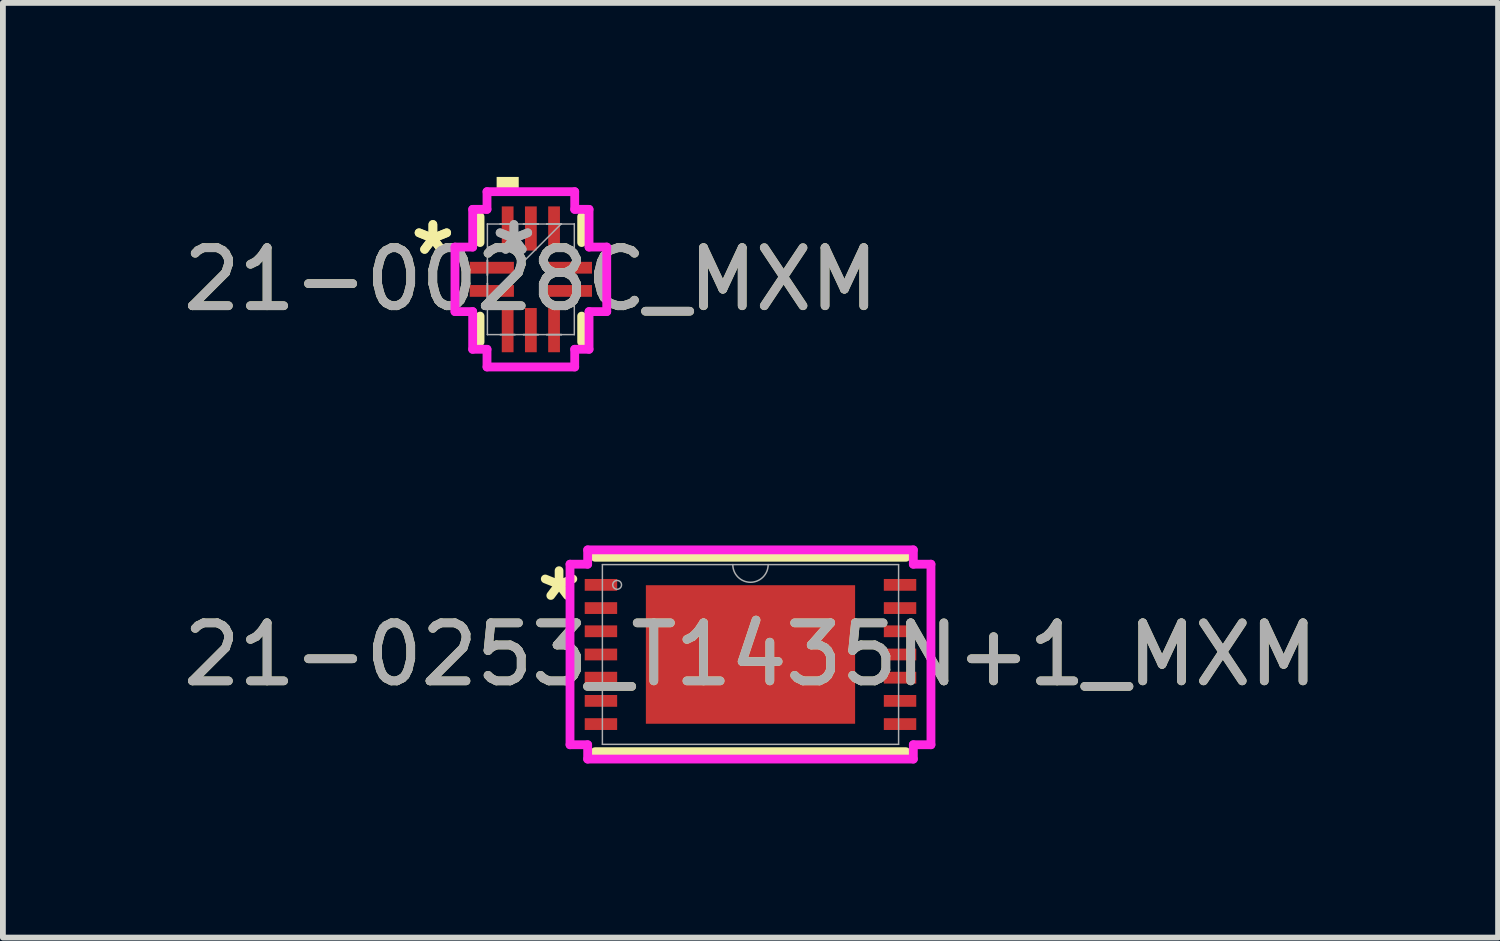
<source format=kicad_pcb>
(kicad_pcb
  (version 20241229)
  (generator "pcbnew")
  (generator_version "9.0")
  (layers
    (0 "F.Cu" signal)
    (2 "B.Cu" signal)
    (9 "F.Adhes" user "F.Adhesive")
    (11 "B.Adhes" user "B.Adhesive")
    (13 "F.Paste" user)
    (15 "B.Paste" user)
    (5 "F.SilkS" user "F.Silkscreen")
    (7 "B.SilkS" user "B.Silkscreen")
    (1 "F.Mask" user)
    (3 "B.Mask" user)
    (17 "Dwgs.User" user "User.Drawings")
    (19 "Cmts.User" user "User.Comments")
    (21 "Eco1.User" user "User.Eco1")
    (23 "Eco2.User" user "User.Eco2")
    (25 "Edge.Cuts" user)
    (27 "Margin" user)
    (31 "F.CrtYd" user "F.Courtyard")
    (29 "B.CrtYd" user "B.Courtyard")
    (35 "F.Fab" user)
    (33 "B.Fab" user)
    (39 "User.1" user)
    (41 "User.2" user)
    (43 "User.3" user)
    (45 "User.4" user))
  (footprint "21-0028C_MXM"
    (layer "F.Cu")
    (at 6.101 1.765)
    (property "Reference" "21-0028C_MXM" (at 0 0 0) (unlocked yes) (layer "F.SilkS") (effects (font (size 1 1) (thickness 0.15))))
    (attr smd)
    (fp_line (start -0.876 -1.079) (end -0.876 -0.634) (stroke (width 0.152) (type solid)) (layer "F.SilkS"))
    (fp_line (start -0.876 0.634) (end -0.876 1.079) (stroke (width 0.152) (type solid)) (layer "F.SilkS"))
    (fp_line (start 0.876 -0.634) (end 0.876 -1.079) (stroke (width 0.152) (type solid)) (layer "F.SilkS"))
    (fp_line (start 0.876 1.079) (end 0.876 0.634) (stroke (width 0.152) (type solid)) (layer "F.SilkS"))
    (fp_poly (pts (xy -0.59 -1.511) (xy -0.59 -1.765) (xy -0.209 -1.765) (xy -0.209 -1.511)) (stroke (width 0) (type solid)) (fill yes) (layer "F.SilkS"))
    (fp_line (start -1.308 -0.556) (end -1.003 -0.556) (stroke (width 0.152) (type solid)) (layer "F.CrtYd"))
    (fp_line (start -1.308 0.556) (end -1.308 -0.556) (stroke (width 0.152) (type solid)) (layer "F.CrtYd"))
    (fp_line (start -1.003 -1.206) (end -0.756 -1.206) (stroke (width 0.152) (type solid)) (layer "F.CrtYd"))
    (fp_line (start -1.003 -0.556) (end -1.003 -1.206) (stroke (width 0.152) (type solid)) (layer "F.CrtYd"))
    (fp_line (start -1.003 0.556) (end -1.308 0.556) (stroke (width 0.152) (type solid)) (layer "F.CrtYd"))
    (fp_line (start -1.003 1.206) (end -1.003 0.556) (stroke (width 0.152) (type solid)) (layer "F.CrtYd"))
    (fp_line (start -0.756 -1.511) (end 0.756 -1.511) (stroke (width 0.152) (type solid)) (layer "F.CrtYd"))
    (fp_line (start -0.756 -1.206) (end -0.756 -1.511) (stroke (width 0.152) (type solid)) (layer "F.CrtYd"))
    (fp_line (start -0.756 1.206) (end -1.003 1.206) (stroke (width 0.152) (type solid)) (layer "F.CrtYd"))
    (fp_line (start -0.756 1.511) (end -0.756 1.206) (stroke (width 0.152) (type solid)) (layer "F.CrtYd"))
    (fp_line (start 0.756 -1.511) (end 0.756 -1.206) (stroke (width 0.152) (type solid)) (layer "F.CrtYd"))
    (fp_line (start 0.756 -1.206) (end 1.003 -1.206) (stroke (width 0.152) (type solid)) (layer "F.CrtYd"))
    (fp_line (start 0.756 1.206) (end 0.756 1.511) (stroke (width 0.152) (type solid)) (layer "F.CrtYd"))
    (fp_line (start 0.756 1.511) (end -0.756 1.511) (stroke (width 0.152) (type solid)) (layer "F.CrtYd"))
    (fp_line (start 1.003 -1.206) (end 1.003 -0.556) (stroke (width 0.152) (type solid)) (layer "F.CrtYd"))
    (fp_line (start 1.003 -0.556) (end 1.308 -0.556) (stroke (width 0.152) (type solid)) (layer "F.CrtYd"))
    (fp_line (start 1.003 0.556) (end 1.003 1.206) (stroke (width 0.152) (type solid)) (layer "F.CrtYd"))
    (fp_line (start 1.003 1.206) (end 0.756 1.206) (stroke (width 0.152) (type solid)) (layer "F.CrtYd"))
    (fp_line (start 1.308 -0.556) (end 1.308 0.556) (stroke (width 0.152) (type solid)) (layer "F.CrtYd"))
    (fp_line (start 1.308 0.556) (end 1.003 0.556) (stroke (width 0.152) (type solid)) (layer "F.CrtYd"))
    (fp_line (start -0.749 -0.953) (end -0.749 -0.953) (stroke (width 0.025) (type solid)) (layer "F.Fab"))
    (fp_line (start -0.749 -0.953) (end -0.749 0.953) (stroke (width 0.025) (type solid)) (layer "F.Fab"))
    (fp_line (start -0.749 -0.327) (end -0.749 -0.327) (stroke (width 0.025) (type solid)) (layer "F.Fab"))
    (fp_line (start -0.749 -0.327) (end -0.749 -0.073) (stroke (width 0.025) (type solid)) (layer "F.Fab"))
    (fp_line (start -0.749 -0.073) (end -0.749 -0.327) (stroke (width 0.025) (type solid)) (layer "F.Fab"))
    (fp_line (start -0.749 -0.073) (end -0.749 -0.073) (stroke (width 0.025) (type solid)) (layer "F.Fab"))
    (fp_line (start -0.749 0.073) (end -0.749 0.073) (stroke (width 0.025) (type solid)) (layer "F.Fab"))
    (fp_line (start -0.749 0.073) (end -0.749 0.327) (stroke (width 0.025) (type solid)) (layer "F.Fab"))
    (fp_line (start -0.749 0.318) (end 0.521 -0.953) (stroke (width 0.025) (type solid)) (layer "F.Fab"))
    (fp_line (start -0.749 0.327) (end -0.749 0.073) (stroke (width 0.025) (type solid)) (layer "F.Fab"))
    (fp_line (start -0.749 0.327) (end -0.749 0.327) (stroke (width 0.025) (type solid)) (layer "F.Fab"))
    (fp_line (start -0.749 0.953) (end -0.749 0.953) (stroke (width 0.025) (type solid)) (layer "F.Fab"))
    (fp_line (start -0.749 0.953) (end 0.749 0.953) (stroke (width 0.025) (type solid)) (layer "F.Fab"))
    (fp_line (start -0.527 -0.953) (end -0.527 -0.953) (stroke (width 0.025) (type solid)) (layer "F.Fab"))
    (fp_line (start -0.527 -0.953) (end -0.273 -0.953) (stroke (width 0.025) (type solid)) (layer "F.Fab"))
    (fp_line (start -0.527 0.953) (end -0.527 0.953) (stroke (width 0.025) (type solid)) (layer "F.Fab"))
    (fp_line (start -0.527 0.953) (end -0.273 0.953) (stroke (width 0.025) (type solid)) (layer "F.Fab"))
    (fp_line (start -0.273 -0.953) (end -0.527 -0.953) (stroke (width 0.025) (type solid)) (layer "F.Fab"))
    (fp_line (start -0.273 -0.953) (end -0.273 -0.953) (stroke (width 0.025) (type solid)) (layer "F.Fab"))
    (fp_line (start -0.273 0.953) (end -0.527 0.953) (stroke (width 0.025) (type solid)) (layer "F.Fab"))
    (fp_line (start -0.273 0.953) (end -0.273 0.953) (stroke (width 0.025) (type solid)) (layer "F.Fab"))
    (fp_line (start -0.127 -0.953) (end -0.127 -0.953) (stroke (width 0.025) (type solid)) (layer "F.Fab"))
    (fp_line (start -0.127 -0.953) (end 0.127 -0.953) (stroke (width 0.025) (type solid)) (layer "F.Fab"))
    (fp_line (start -0.127 0.953) (end -0.127 0.953) (stroke (width 0.025) (type solid)) (layer "F.Fab"))
    (fp_line (start -0.127 0.953) (end 0.127 0.953) (stroke (width 0.025) (type solid)) (layer "F.Fab"))
    (fp_line (start 0.127 -0.953) (end -0.127 -0.953) (stroke (width 0.025) (type solid)) (layer "F.Fab"))
    (fp_line (start 0.127 -0.953) (end 0.127 -0.953) (stroke (width 0.025) (type solid)) (layer "F.Fab"))
    (fp_line (start 0.127 0.953) (end -0.127 0.953) (stroke (width 0.025) (type solid)) (layer "F.Fab"))
    (fp_line (start 0.127 0.953) (end 0.127 0.953) (stroke (width 0.025) (type solid)) (layer "F.Fab"))
    (fp_line (start 0.273 -0.953) (end 0.273 -0.953) (stroke (width 0.025) (type solid)) (layer "F.Fab"))
    (fp_line (start 0.273 -0.953) (end 0.527 -0.953) (stroke (width 0.025) (type solid)) (layer "F.Fab"))
    (fp_line (start 0.273 0.953) (end 0.273 0.953) (stroke (width 0.025) (type solid)) (layer "F.Fab"))
    (fp_line (start 0.273 0.953) (end 0.527 0.953) (stroke (width 0.025) (type solid)) (layer "F.Fab"))
    (fp_line (start 0.527 -0.953) (end 0.273 -0.953) (stroke (width 0.025) (type solid)) (layer "F.Fab"))
    (fp_line (start 0.527 -0.953) (end 0.527 -0.953) (stroke (width 0.025) (type solid)) (layer "F.Fab"))
    (fp_line (start 0.527 0.953) (end 0.273 0.953) (stroke (width 0.025) (type solid)) (layer "F.Fab"))
    (fp_line (start 0.527 0.953) (end 0.527 0.953) (stroke (width 0.025) (type solid)) (layer "F.Fab"))
    (fp_line (start 0.749 -0.953) (end -0.749 -0.953) (stroke (width 0.025) (type solid)) (layer "F.Fab"))
    (fp_line (start 0.749 -0.953) (end 0.749 -0.953) (stroke (width 0.025) (type solid)) (layer "F.Fab"))
    (fp_line (start 0.749 -0.327) (end 0.749 -0.327) (stroke (width 0.025) (type solid)) (layer "F.Fab"))
    (fp_line (start 0.749 -0.327) (end 0.749 -0.073) (stroke (width 0.025) (type solid)) (layer "F.Fab"))
    (fp_line (start 0.749 -0.073) (end 0.749 -0.327) (stroke (width 0.025) (type solid)) (layer "F.Fab"))
    (fp_line (start 0.749 -0.073) (end 0.749 -0.073) (stroke (width 0.025) (type solid)) (layer "F.Fab"))
    (fp_line (start 0.749 0.073) (end 0.749 0.073) (stroke (width 0.025) (type solid)) (layer "F.Fab"))
    (fp_line (start 0.749 0.073) (end 0.749 0.327) (stroke (width 0.025) (type solid)) (layer "F.Fab"))
    (fp_line (start 0.749 0.327) (end 0.749 0.073) (stroke (width 0.025) (type solid)) (layer "F.Fab"))
    (fp_line (start 0.749 0.327) (end 0.749 0.327) (stroke (width 0.025) (type solid)) (layer "F.Fab"))
    (fp_line (start 0.749 0.953) (end 0.749 -0.953) (stroke (width 0.025) (type solid)) (layer "F.Fab"))
    (fp_line (start 0.749 0.953) (end 0.749 0.953) (stroke (width 0.025) (type solid)) (layer "F.Fab"))
    (fp_text user "*" (at -1.689 -0.4 0) (layer "F.SilkS") (effects (font (size 1 1) (thickness 0.15))))
    (fp_text user "*" (at -1.689 -0.4 0) (unlocked yes) (layer "F.SilkS") (effects (font (size 1 1) (thickness 0.15))))
    (fp_text user "*" (at -0.292 -0.4 0) (unlocked yes) (layer "F.Fab") (effects (font (size 1 1) (thickness 0.15))))
    (fp_text user "*" (at -0.292 -0.4 0) (layer "F.Fab") (effects (font (size 1 1) (thickness 0.15))))
    (fp_text user "${REFERENCE}" (at 0 0 0) (unlocked yes) (layer "F.Fab") (effects (font (size 1 1) (thickness 0.15))))
    (pad "1" smd rect (at -0.673 -0.2 90) (size 0.203 0.762) (layers "F.Cu" "F.Mask" "F.Paste"))
    (pad "2" smd rect (at -0.673 0.2 90) (size 0.203 0.762) (layers "F.Cu" "F.Mask" "F.Paste"))
    (pad "3" smd rect (at -0.4 0.876) (size 0.203 0.762) (layers "F.Cu" "F.Mask" "F.Paste"))
    (pad "4" smd rect (at 0 0.876) (size 0.203 0.762) (layers "F.Cu" "F.Mask" "F.Paste"))
    (pad "5" smd rect (at 0.4 0.876) (size 0.203 0.762) (layers "F.Cu" "F.Mask" "F.Paste"))
    (pad "6" smd rect (at 0.673 0.2 90) (size 0.203 0.762) (layers "F.Cu" "F.Mask" "F.Paste"))
    (pad "7" smd rect (at 0.673 -0.2 90) (size 0.203 0.762) (layers "F.Cu" "F.Mask" "F.Paste"))
    (pad "8" smd rect (at 0.4 -0.876) (size 0.203 0.762) (layers "F.Cu" "F.Mask" "F.Paste"))
    (pad "9" smd rect (at 0 -0.876) (size 0.203 0.762) (layers "F.Cu" "F.Mask" "F.Paste"))
    (pad "10" smd rect (at -0.4 -0.876) (size 0.203 0.762) (layers "F.Cu" "F.Mask" "F.Paste")))
  (footprint "21-0253_T1435N+1_MXM"
    (layer "F.Cu")
    (at 9.887 8.232)
    (property "Reference" "21-0253_T1435N+1_MXM" (at 0 0 0) (unlocked yes) (layer "F.SilkS") (effects (font (size 1 1) (thickness 0.15))))
    (attr smd)
    (fp_line (start -2.68 1.676) (end 2.68 1.676) (stroke (width 0.152) (type solid)) (layer "F.SilkS"))
    (fp_line (start 2.68 -1.676) (end -2.68 -1.676) (stroke (width 0.152) (type solid)) (layer "F.SilkS"))
    (fp_line (start -3.111 -1.556) (end -2.807 -1.556) (stroke (width 0.152) (type solid)) (layer "F.CrtYd"))
    (fp_line (start -3.111 1.556) (end -3.111 -1.556) (stroke (width 0.152) (type solid)) (layer "F.CrtYd"))
    (fp_line (start -3.111 1.556) (end -2.807 1.556) (stroke (width 0.152) (type solid)) (layer "F.CrtYd"))
    (fp_line (start -2.807 -1.803) (end 2.807 -1.803) (stroke (width 0.152) (type solid)) (layer "F.CrtYd"))
    (fp_line (start -2.807 -1.556) (end -2.807 -1.803) (stroke (width 0.152) (type solid)) (layer "F.CrtYd"))
    (fp_line (start -2.807 1.803) (end -2.807 1.556) (stroke (width 0.152) (type solid)) (layer "F.CrtYd"))
    (fp_line (start 2.807 -1.803) (end 2.807 -1.556) (stroke (width 0.152) (type solid)) (layer "F.CrtYd"))
    (fp_line (start 2.807 1.556) (end 2.807 1.803) (stroke (width 0.152) (type solid)) (layer "F.CrtYd"))
    (fp_line (start 2.807 1.803) (end -2.807 1.803) (stroke (width 0.152) (type solid)) (layer "F.CrtYd"))
    (fp_line (start 3.111 -1.556) (end 2.807 -1.556) (stroke (width 0.152) (type solid)) (layer "F.CrtYd"))
    (fp_line (start 3.111 -1.556) (end 3.111 1.556) (stroke (width 0.152) (type solid)) (layer "F.CrtYd"))
    (fp_line (start 3.111 1.556) (end 2.807 1.556) (stroke (width 0.152) (type solid)) (layer "F.CrtYd"))
    (fp_line (start -2.553 -1.549) (end -2.553 1.549) (stroke (width 0.025) (type solid)) (layer "F.Fab"))
    (fp_line (start -2.553 1.549) (end 2.553 1.549) (stroke (width 0.025) (type solid)) (layer "F.Fab"))
    (fp_line (start 2.553 -1.549) (end -2.553 -1.549) (stroke (width 0.025) (type solid)) (layer "F.Fab"))
    (fp_line (start 2.553 1.549) (end 2.553 -1.549) (stroke (width 0.025) (type solid)) (layer "F.Fab"))
    (fp_arc (start 0.3048 -1.5494) (mid 0 -1.2446) (end -0.3048 -1.5494) (stroke (width 0.0254) (type solid)) (layer "F.Fab"))
    (fp_circle (center -2.299 -1.2) (end -2.223 -1.2) (stroke (width 0.025) (type solid)) (fill no) (layer "F.Fab"))
    (fp_text user "*" (at -3.3 -0.9 0) (unlocked yes) (layer "F.SilkS") (effects (font (size 1 1) (thickness 0.15))))
    (fp_text user "${REFERENCE}" (at 0 0 0) (unlocked yes) (layer "F.Fab") (effects (font (size 1 1) (thickness 0.15))))
    (pad "1" smd rect (at -2.578 -1.2) (size 0.559 0.203) (layers "F.Cu" "F.Mask" "F.Paste"))
    (pad "2" smd rect (at -2.578 -0.8) (size 0.559 0.203) (layers "F.Cu" "F.Mask" "F.Paste"))
    (pad "3" smd rect (at -2.578 -0.4) (size 0.559 0.203) (layers "F.Cu" "F.Mask" "F.Paste"))
    (pad "4" smd rect (at -2.578 0) (size 0.559 0.203) (layers "F.Cu" "F.Mask" "F.Paste"))
    (pad "5" smd rect (at -2.578 0.4) (size 0.559 0.203) (layers "F.Cu" "F.Mask" "F.Paste"))
    (pad "6" smd rect (at -2.578 0.8) (size 0.559 0.203) (layers "F.Cu" "F.Mask" "F.Paste"))
    (pad "7" smd rect (at -2.578 1.2) (size 0.559 0.203) (layers "F.Cu" "F.Mask" "F.Paste"))
    (pad "8" smd rect (at 2.578 1.2) (size 0.559 0.203) (layers "F.Cu" "F.Mask" "F.Paste"))
    (pad "9" smd rect (at 2.578 0.8) (size 0.559 0.203) (layers "F.Cu" "F.Mask" "F.Paste"))
    (pad "10" smd rect (at 2.578 0.4) (size 0.559 0.203) (layers "F.Cu" "F.Mask" "F.Paste"))
    (pad "11" smd rect (at 2.578 0) (size 0.559 0.203) (layers "F.Cu" "F.Mask" "F.Paste"))
    (pad "12" smd rect (at 2.578 -0.4) (size 0.559 0.203) (layers "F.Cu" "F.Mask" "F.Paste"))
    (pad "13" smd rect (at 2.578 -0.8) (size 0.559 0.203) (layers "F.Cu" "F.Mask" "F.Paste"))
    (pad "14" smd rect (at 2.578 -1.2) (size 0.559 0.203) (layers "F.Cu" "F.Mask" "F.Paste"))
    (pad "15" smd rect (at 0 0) (size 3.607 2.388) (layers "F.Cu" "F.Mask" "F.Paste")))
  (gr_rect
    (start -3 -3)
    (end 22.774 13.112)
    (stroke (width 0.1) (type default))
    (fill no)
    (layer "Edge.Cuts")))
</source>
